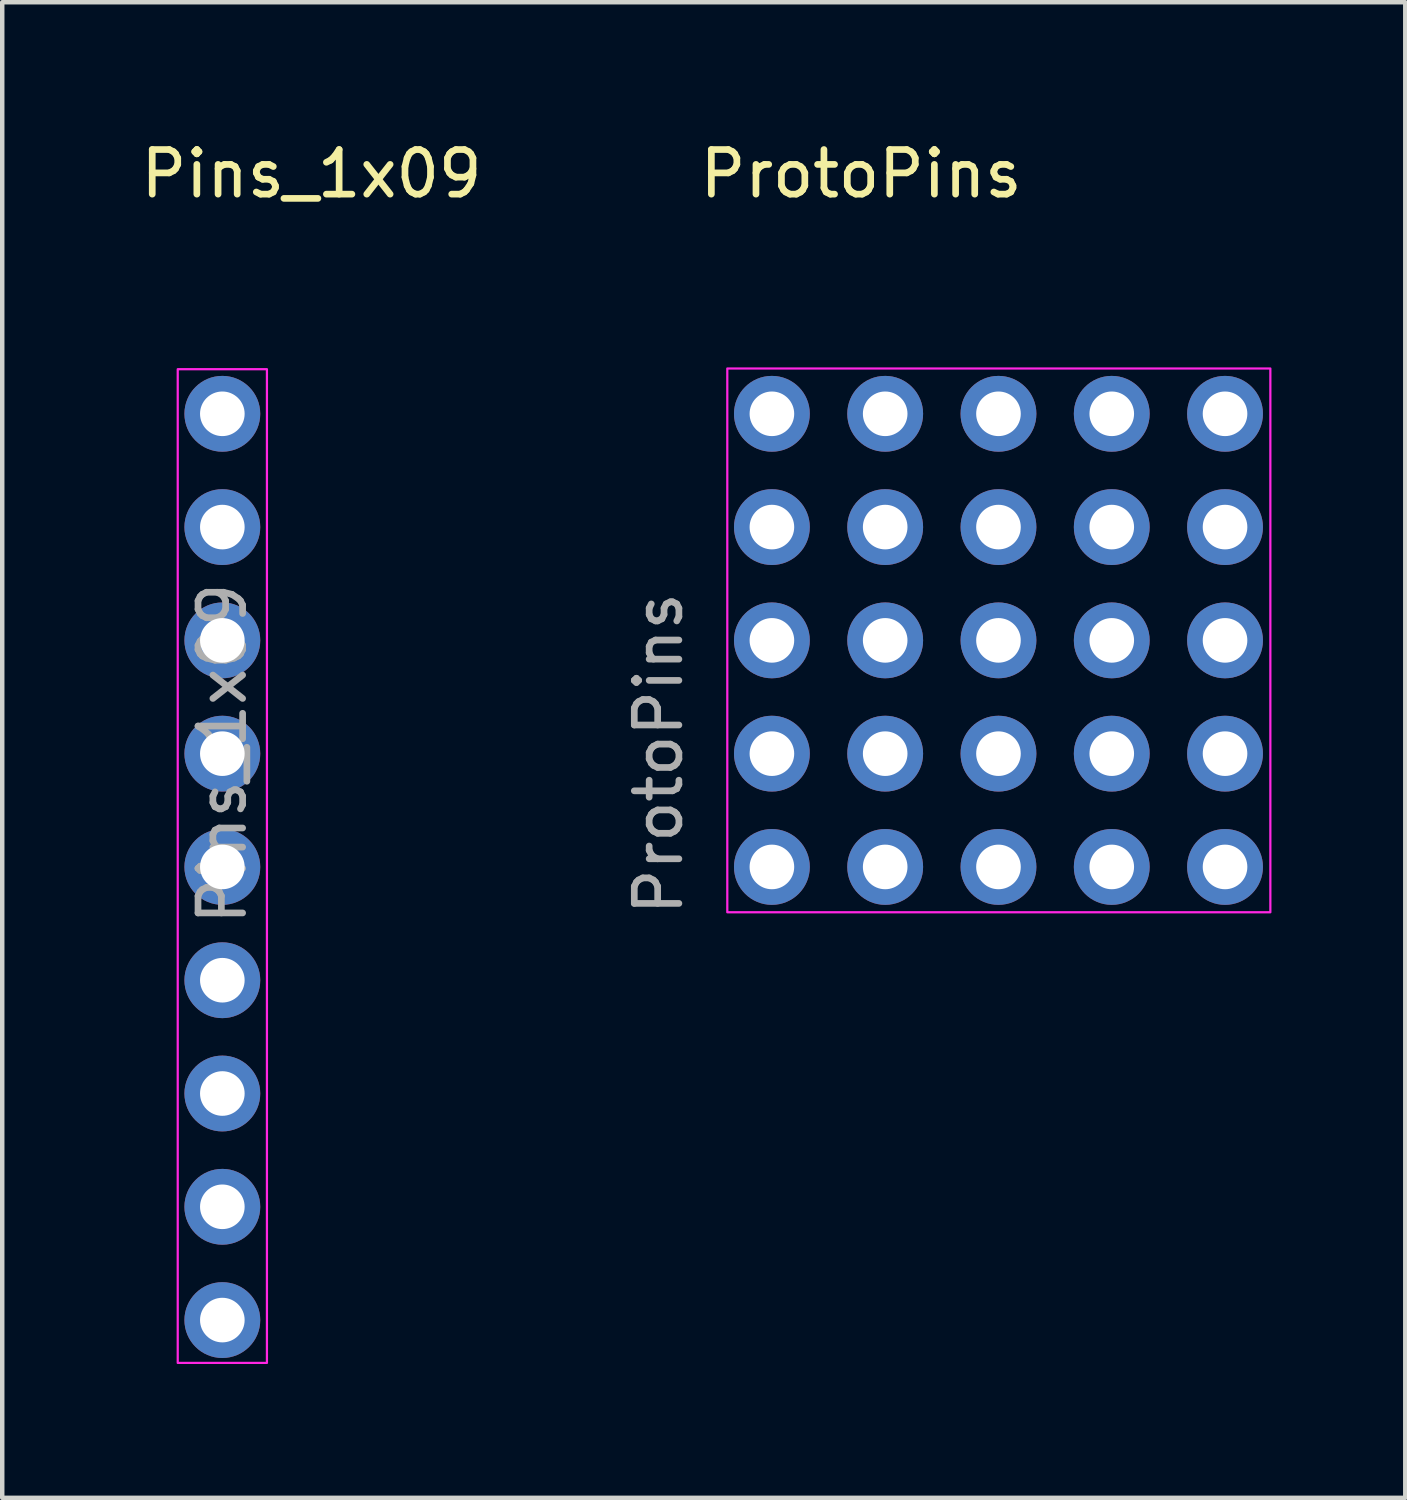
<source format=kicad_pcb>
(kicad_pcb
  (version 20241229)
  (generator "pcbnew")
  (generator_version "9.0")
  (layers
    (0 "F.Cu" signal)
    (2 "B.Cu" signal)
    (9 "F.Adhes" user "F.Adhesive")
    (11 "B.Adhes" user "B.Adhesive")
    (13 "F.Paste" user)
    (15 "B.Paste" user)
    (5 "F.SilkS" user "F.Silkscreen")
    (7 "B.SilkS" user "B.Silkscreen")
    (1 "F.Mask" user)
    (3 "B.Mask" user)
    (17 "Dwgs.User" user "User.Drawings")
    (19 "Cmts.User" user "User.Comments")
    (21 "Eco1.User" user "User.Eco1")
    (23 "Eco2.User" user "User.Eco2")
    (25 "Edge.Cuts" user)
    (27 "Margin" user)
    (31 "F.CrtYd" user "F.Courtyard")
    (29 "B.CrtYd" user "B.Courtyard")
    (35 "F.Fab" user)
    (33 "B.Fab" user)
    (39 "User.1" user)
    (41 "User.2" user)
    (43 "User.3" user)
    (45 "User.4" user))
  (footprint "Pins_1x09"
    (layer "F.Cu")
    (at 1.935 6.228)
    (property "Reference" "Pins_1x09" (at 2 -5.38 180) (layer "F.SilkS") (effects (font (size 1 1) (thickness 0.15))))
    (attr through_hole exclude_from_bom)
    (fp_rect (start -1 -1) (end 1 21.28) (stroke (width 0.05) (type default)) (fill no) (layer "F.CrtYd"))
    (fp_text user "${REFERENCE}" (at 0 7.62 90) (layer "F.Fab") (effects (font (size 1 1) (thickness 0.15))))
    (pad "1" thru_hole circle (at 0 0) (size 1.7 1.7) (drill 1) (layers "*.Cu" "*.Mask"))
    (pad "2" thru_hole oval (at 0 2.54) (size 1.7 1.7) (drill 1) (layers "*.Cu" "*.Mask"))
    (pad "3" thru_hole oval (at 0 5.08) (size 1.7 1.7) (drill 1) (layers "*.Cu" "*.Mask"))
    (pad "4" thru_hole oval (at 0 7.62) (size 1.7 1.7) (drill 1) (layers "*.Cu" "*.Mask"))
    (pad "5" thru_hole oval (at 0 10.16) (size 1.7 1.7) (drill 1) (layers "*.Cu" "*.Mask"))
    (pad "6" thru_hole oval (at 0 12.7) (size 1.7 1.7) (drill 1) (layers "*.Cu" "*.Mask"))
    (pad "7" thru_hole oval (at 0 15.24) (size 1.7 1.7) (drill 1) (layers "*.Cu" "*.Mask"))
    (pad "8" thru_hole oval (at 0 17.78) (size 1.7 1.7) (drill 1) (layers "*.Cu" "*.Mask"))
    (pad "9" thru_hole oval (at 0 20.32) (size 1.7 1.7) (drill 1) (layers "*.Cu" "*.Mask")))
  (footprint "ProtoPins"
    (layer "F.Cu")
    (at 14.257 6.228)
    (property "Reference" "ProtoPins" (at 2 -5.38 180) (layer "F.SilkS") (effects (font (size 1 1) (thickness 0.15))))
    (attr through_hole exclude_from_pos_files exclude_from_bom)
    (fp_rect (start -1 -1.016) (end 11.176 11.176) (stroke (width 0.05) (type default)) (fill no) (layer "F.CrtYd"))
    (fp_text user "${REFERENCE}" (at -2.54 7.62 90) (layer "F.Fab") (effects (font (size 1 1) (thickness 0.15))))
    (pad "1" thru_hole circle (at 0 0) (size 1.7 1.7) (drill 1) (layers "*.Cu" "*.Mask"))
    (pad "1" thru_hole circle (at 2.54 0) (size 1.7 1.7) (drill 1) (layers "*.Cu" "*.Mask"))
    (pad "1" thru_hole circle (at 5.08 0) (size 1.7 1.7) (drill 1) (layers "*.Cu" "*.Mask"))
    (pad "1" thru_hole circle (at 7.62 0) (size 1.7 1.7) (drill 1) (layers "*.Cu" "*.Mask"))
    (pad "1" thru_hole circle (at 10.16 0) (size 1.7 1.7) (drill 1) (layers "*.Cu" "*.Mask"))
    (pad "2" thru_hole oval (at 0 2.54) (size 1.7 1.7) (drill 1) (layers "*.Cu" "*.Mask"))
    (pad "2" thru_hole oval (at 2.54 2.54) (size 1.7 1.7) (drill 1) (layers "*.Cu" "*.Mask"))
    (pad "2" thru_hole oval (at 5.08 2.54) (size 1.7 1.7) (drill 1) (layers "*.Cu" "*.Mask"))
    (pad "2" thru_hole oval (at 7.62 2.54) (size 1.7 1.7) (drill 1) (layers "*.Cu" "*.Mask"))
    (pad "2" thru_hole oval (at 10.16 2.54) (size 1.7 1.7) (drill 1) (layers "*.Cu" "*.Mask"))
    (pad "3" thru_hole oval (at 0 5.08) (size 1.7 1.7) (drill 1) (layers "*.Cu" "*.Mask"))
    (pad "3" thru_hole oval (at 2.54 5.08) (size 1.7 1.7) (drill 1) (layers "*.Cu" "*.Mask"))
    (pad "3" thru_hole oval (at 5.08 5.08) (size 1.7 1.7) (drill 1) (layers "*.Cu" "*.Mask"))
    (pad "3" thru_hole oval (at 7.62 5.08) (size 1.7 1.7) (drill 1) (layers "*.Cu" "*.Mask"))
    (pad "3" thru_hole oval (at 10.16 5.08) (size 1.7 1.7) (drill 1) (layers "*.Cu" "*.Mask"))
    (pad "4" thru_hole oval (at 0 7.62) (size 1.7 1.7) (drill 1) (layers "*.Cu" "*.Mask"))
    (pad "4" thru_hole oval (at 2.54 7.62) (size 1.7 1.7) (drill 1) (layers "*.Cu" "*.Mask"))
    (pad "4" thru_hole oval (at 5.08 7.62) (size 1.7 1.7) (drill 1) (layers "*.Cu" "*.Mask"))
    (pad "4" thru_hole oval (at 7.62 7.62) (size 1.7 1.7) (drill 1) (layers "*.Cu" "*.Mask"))
    (pad "4" thru_hole oval (at 10.16 7.62) (size 1.7 1.7) (drill 1) (layers "*.Cu" "*.Mask"))
    (pad "5" thru_hole oval (at 0 10.16) (size 1.7 1.7) (drill 1) (layers "*.Cu" "*.Mask"))
    (pad "5" thru_hole oval (at 2.54 10.16) (size 1.7 1.7) (drill 1) (layers "*.Cu" "*.Mask"))
    (pad "5" thru_hole oval (at 5.08 10.16) (size 1.7 1.7) (drill 1) (layers "*.Cu" "*.Mask"))
    (pad "5" thru_hole oval (at 7.62 10.16) (size 1.7 1.7) (drill 1) (layers "*.Cu" "*.Mask"))
    (pad "5" thru_hole oval (at 10.16 10.16) (size 1.7 1.7) (drill 1) (layers "*.Cu" "*.Mask")))
  (gr_rect
    (start -3 -3)
    (end 28.458 30.533)
    (stroke (width 0.1) (type default))
    (fill no)
    (layer "Edge.Cuts")))
</source>
